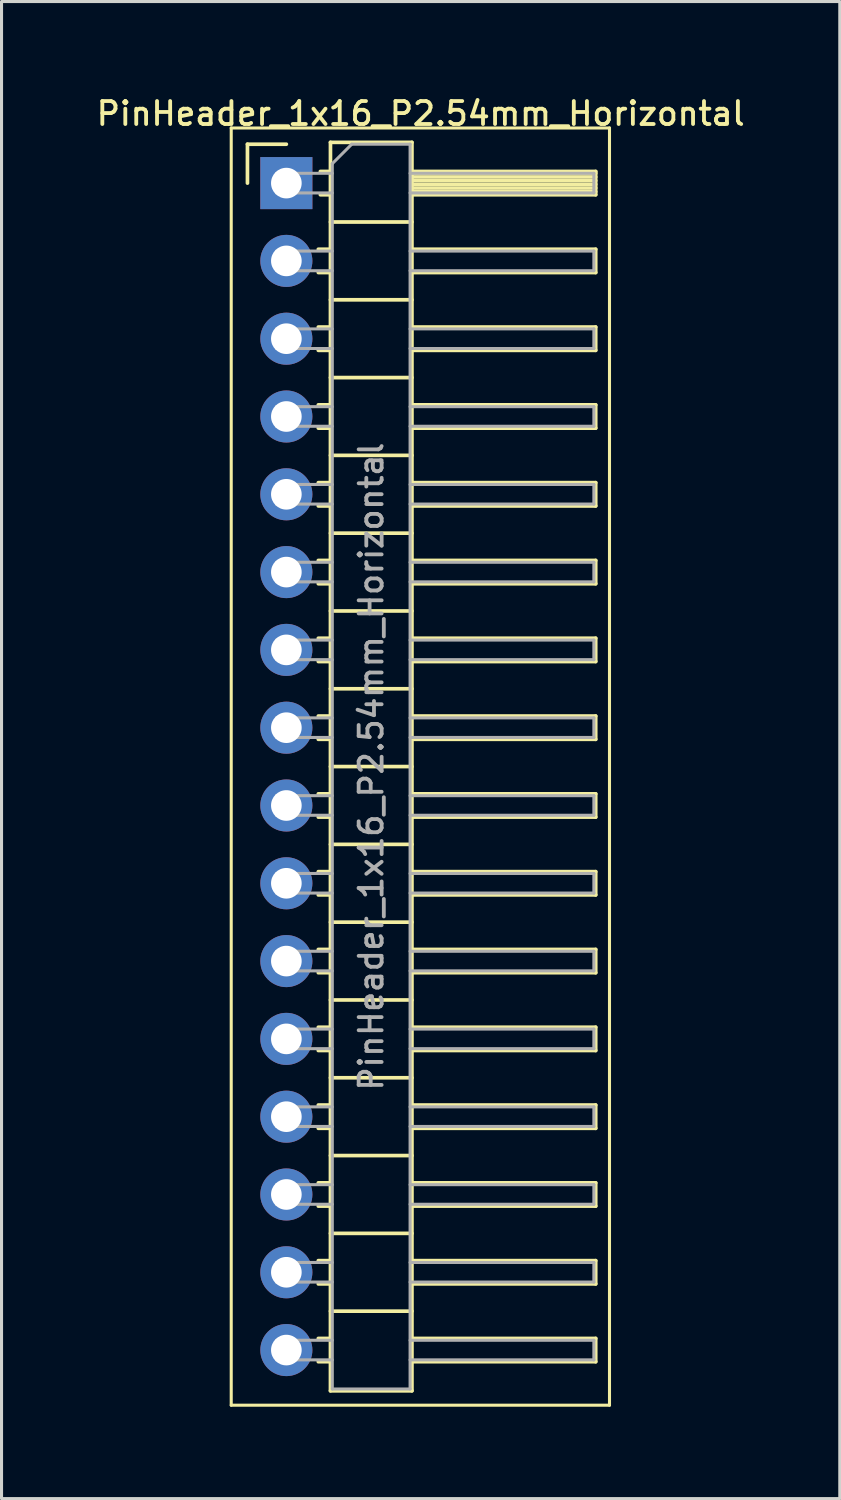
<source format=kicad_pcb>
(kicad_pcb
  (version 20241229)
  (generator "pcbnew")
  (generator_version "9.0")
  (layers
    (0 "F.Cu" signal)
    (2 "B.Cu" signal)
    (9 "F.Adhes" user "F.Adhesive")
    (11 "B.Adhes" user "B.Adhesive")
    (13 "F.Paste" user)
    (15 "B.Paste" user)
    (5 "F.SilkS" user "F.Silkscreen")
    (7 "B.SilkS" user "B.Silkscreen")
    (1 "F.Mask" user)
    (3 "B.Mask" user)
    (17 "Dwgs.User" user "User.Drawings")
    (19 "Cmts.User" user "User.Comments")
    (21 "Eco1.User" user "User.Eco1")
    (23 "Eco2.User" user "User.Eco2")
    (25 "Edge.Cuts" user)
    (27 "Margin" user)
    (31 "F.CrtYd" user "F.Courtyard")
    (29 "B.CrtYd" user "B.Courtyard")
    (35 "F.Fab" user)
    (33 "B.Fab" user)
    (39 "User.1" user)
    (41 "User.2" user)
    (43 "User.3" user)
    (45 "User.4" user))
  (footprint "PinHeader_1x16_P2.54mm_Horizontal"
    (layer "F.Cu")
    (at 6.299 2.928)
    (property "Reference" "PinHeader_1x16_P2.54mm_Horizontal" (at 4.385 -2.27 0) (layer "F.SilkS") (effects (font (size 0.75 0.75) (thickness 0.125))))
    (attr through_hole)
    (fp_line (start -1.8 -1.8) (end -1.8 39.9) (stroke (width 0.1) (type solid)) (layer "F.SilkS"))
    (fp_line (start -1.8 39.9) (end 10.55 39.9) (stroke (width 0.1) (type solid)) (layer "F.SilkS"))
    (fp_line (start -1.27 -1.27) (end 0 -1.27) (stroke (width 0.12) (type solid)) (layer "F.SilkS"))
    (fp_line (start -1.27 0) (end -1.27 -1.27) (stroke (width 0.12) (type solid)) (layer "F.SilkS"))
    (fp_line (start 1.043 2.16) (end 1.44 2.16) (stroke (width 0.12) (type solid)) (layer "F.SilkS"))
    (fp_line (start 1.043 2.92) (end 1.44 2.92) (stroke (width 0.12) (type solid)) (layer "F.SilkS"))
    (fp_line (start 1.043 4.7) (end 1.44 4.7) (stroke (width 0.12) (type solid)) (layer "F.SilkS"))
    (fp_line (start 1.043 5.46) (end 1.44 5.46) (stroke (width 0.12) (type solid)) (layer "F.SilkS"))
    (fp_line (start 1.043 7.24) (end 1.44 7.24) (stroke (width 0.12) (type solid)) (layer "F.SilkS"))
    (fp_line (start 1.043 8) (end 1.44 8) (stroke (width 0.12) (type solid)) (layer "F.SilkS"))
    (fp_line (start 1.043 9.78) (end 1.44 9.78) (stroke (width 0.12) (type solid)) (layer "F.SilkS"))
    (fp_line (start 1.043 10.54) (end 1.44 10.54) (stroke (width 0.12) (type solid)) (layer "F.SilkS"))
    (fp_line (start 1.043 12.32) (end 1.44 12.32) (stroke (width 0.12) (type solid)) (layer "F.SilkS"))
    (fp_line (start 1.043 13.08) (end 1.44 13.08) (stroke (width 0.12) (type solid)) (layer "F.SilkS"))
    (fp_line (start 1.043 14.86) (end 1.44 14.86) (stroke (width 0.12) (type solid)) (layer "F.SilkS"))
    (fp_line (start 1.043 15.62) (end 1.44 15.62) (stroke (width 0.12) (type solid)) (layer "F.SilkS"))
    (fp_line (start 1.043 17.4) (end 1.44 17.4) (stroke (width 0.12) (type solid)) (layer "F.SilkS"))
    (fp_line (start 1.043 18.16) (end 1.44 18.16) (stroke (width 0.12) (type solid)) (layer "F.SilkS"))
    (fp_line (start 1.043 19.94) (end 1.44 19.94) (stroke (width 0.12) (type solid)) (layer "F.SilkS"))
    (fp_line (start 1.043 20.7) (end 1.44 20.7) (stroke (width 0.12) (type solid)) (layer "F.SilkS"))
    (fp_line (start 1.043 22.48) (end 1.44 22.48) (stroke (width 0.12) (type solid)) (layer "F.SilkS"))
    (fp_line (start 1.043 23.24) (end 1.44 23.24) (stroke (width 0.12) (type solid)) (layer "F.SilkS"))
    (fp_line (start 1.043 25.02) (end 1.44 25.02) (stroke (width 0.12) (type solid)) (layer "F.SilkS"))
    (fp_line (start 1.043 25.78) (end 1.44 25.78) (stroke (width 0.12) (type solid)) (layer "F.SilkS"))
    (fp_line (start 1.043 27.56) (end 1.44 27.56) (stroke (width 0.12) (type solid)) (layer "F.SilkS"))
    (fp_line (start 1.043 28.32) (end 1.44 28.32) (stroke (width 0.12) (type solid)) (layer "F.SilkS"))
    (fp_line (start 1.043 30.1) (end 1.44 30.1) (stroke (width 0.12) (type solid)) (layer "F.SilkS"))
    (fp_line (start 1.043 30.86) (end 1.44 30.86) (stroke (width 0.12) (type solid)) (layer "F.SilkS"))
    (fp_line (start 1.043 32.64) (end 1.44 32.64) (stroke (width 0.12) (type solid)) (layer "F.SilkS"))
    (fp_line (start 1.043 33.4) (end 1.44 33.4) (stroke (width 0.12) (type solid)) (layer "F.SilkS"))
    (fp_line (start 1.043 35.18) (end 1.44 35.18) (stroke (width 0.12) (type solid)) (layer "F.SilkS"))
    (fp_line (start 1.043 35.94) (end 1.44 35.94) (stroke (width 0.12) (type solid)) (layer "F.SilkS"))
    (fp_line (start 1.043 37.72) (end 1.44 37.72) (stroke (width 0.12) (type solid)) (layer "F.SilkS"))
    (fp_line (start 1.043 38.48) (end 1.44 38.48) (stroke (width 0.12) (type solid)) (layer "F.SilkS"))
    (fp_line (start 1.11 -0.38) (end 1.44 -0.38) (stroke (width 0.12) (type solid)) (layer "F.SilkS"))
    (fp_line (start 1.11 0.38) (end 1.44 0.38) (stroke (width 0.12) (type solid)) (layer "F.SilkS"))
    (fp_line (start 1.44 -1.33) (end 1.44 39.43) (stroke (width 0.12) (type solid)) (layer "F.SilkS"))
    (fp_line (start 1.44 1.27) (end 4.1 1.27) (stroke (width 0.12) (type solid)) (layer "F.SilkS"))
    (fp_line (start 1.44 3.81) (end 4.1 3.81) (stroke (width 0.12) (type solid)) (layer "F.SilkS"))
    (fp_line (start 1.44 6.35) (end 4.1 6.35) (stroke (width 0.12) (type solid)) (layer "F.SilkS"))
    (fp_line (start 1.44 8.89) (end 4.1 8.89) (stroke (width 0.12) (type solid)) (layer "F.SilkS"))
    (fp_line (start 1.44 11.43) (end 4.1 11.43) (stroke (width 0.12) (type solid)) (layer "F.SilkS"))
    (fp_line (start 1.44 13.97) (end 4.1 13.97) (stroke (width 0.12) (type solid)) (layer "F.SilkS"))
    (fp_line (start 1.44 16.51) (end 4.1 16.51) (stroke (width 0.12) (type solid)) (layer "F.SilkS"))
    (fp_line (start 1.44 19.05) (end 4.1 19.05) (stroke (width 0.12) (type solid)) (layer "F.SilkS"))
    (fp_line (start 1.44 21.59) (end 4.1 21.59) (stroke (width 0.12) (type solid)) (layer "F.SilkS"))
    (fp_line (start 1.44 24.13) (end 4.1 24.13) (stroke (width 0.12) (type solid)) (layer "F.SilkS"))
    (fp_line (start 1.44 26.67) (end 4.1 26.67) (stroke (width 0.12) (type solid)) (layer "F.SilkS"))
    (fp_line (start 1.44 29.21) (end 4.1 29.21) (stroke (width 0.12) (type solid)) (layer "F.SilkS"))
    (fp_line (start 1.44 31.75) (end 4.1 31.75) (stroke (width 0.12) (type solid)) (layer "F.SilkS"))
    (fp_line (start 1.44 34.29) (end 4.1 34.29) (stroke (width 0.12) (type solid)) (layer "F.SilkS"))
    (fp_line (start 1.44 36.83) (end 4.1 36.83) (stroke (width 0.12) (type solid)) (layer "F.SilkS"))
    (fp_line (start 1.44 39.43) (end 4.1 39.43) (stroke (width 0.12) (type solid)) (layer "F.SilkS"))
    (fp_line (start 4.1 -1.33) (end 1.44 -1.33) (stroke (width 0.12) (type solid)) (layer "F.SilkS"))
    (fp_line (start 4.1 -0.38) (end 10.1 -0.38) (stroke (width 0.12) (type solid)) (layer "F.SilkS"))
    (fp_line (start 4.1 -0.32) (end 10.1 -0.32) (stroke (width 0.12) (type solid)) (layer "F.SilkS"))
    (fp_line (start 4.1 -0.2) (end 10.1 -0.2) (stroke (width 0.12) (type solid)) (layer "F.SilkS"))
    (fp_line (start 4.1 -0.08) (end 10.1 -0.08) (stroke (width 0.12) (type solid)) (layer "F.SilkS"))
    (fp_line (start 4.1 0.04) (end 10.1 0.04) (stroke (width 0.12) (type solid)) (layer "F.SilkS"))
    (fp_line (start 4.1 0.16) (end 10.1 0.16) (stroke (width 0.12) (type solid)) (layer "F.SilkS"))
    (fp_line (start 4.1 0.28) (end 10.1 0.28) (stroke (width 0.12) (type solid)) (layer "F.SilkS"))
    (fp_line (start 4.1 2.16) (end 10.1 2.16) (stroke (width 0.12) (type solid)) (layer "F.SilkS"))
    (fp_line (start 4.1 4.7) (end 10.1 4.7) (stroke (width 0.12) (type solid)) (layer "F.SilkS"))
    (fp_line (start 4.1 7.24) (end 10.1 7.24) (stroke (width 0.12) (type solid)) (layer "F.SilkS"))
    (fp_line (start 4.1 9.78) (end 10.1 9.78) (stroke (width 0.12) (type solid)) (layer "F.SilkS"))
    (fp_line (start 4.1 12.32) (end 10.1 12.32) (stroke (width 0.12) (type solid)) (layer "F.SilkS"))
    (fp_line (start 4.1 14.86) (end 10.1 14.86) (stroke (width 0.12) (type solid)) (layer "F.SilkS"))
    (fp_line (start 4.1 17.4) (end 10.1 17.4) (stroke (width 0.12) (type solid)) (layer "F.SilkS"))
    (fp_line (start 4.1 19.94) (end 10.1 19.94) (stroke (width 0.12) (type solid)) (layer "F.SilkS"))
    (fp_line (start 4.1 22.48) (end 10.1 22.48) (stroke (width 0.12) (type solid)) (layer "F.SilkS"))
    (fp_line (start 4.1 25.02) (end 10.1 25.02) (stroke (width 0.12) (type solid)) (layer "F.SilkS"))
    (fp_line (start 4.1 27.56) (end 10.1 27.56) (stroke (width 0.12) (type solid)) (layer "F.SilkS"))
    (fp_line (start 4.1 30.1) (end 10.1 30.1) (stroke (width 0.12) (type solid)) (layer "F.SilkS"))
    (fp_line (start 4.1 32.64) (end 10.1 32.64) (stroke (width 0.12) (type solid)) (layer "F.SilkS"))
    (fp_line (start 4.1 35.18) (end 10.1 35.18) (stroke (width 0.12) (type solid)) (layer "F.SilkS"))
    (fp_line (start 4.1 37.72) (end 10.1 37.72) (stroke (width 0.12) (type solid)) (layer "F.SilkS"))
    (fp_line (start 4.1 39.43) (end 4.1 -1.33) (stroke (width 0.12) (type solid)) (layer "F.SilkS"))
    (fp_line (start 10.1 -0.38) (end 10.1 0.38) (stroke (width 0.12) (type solid)) (layer "F.SilkS"))
    (fp_line (start 10.1 0.38) (end 4.1 0.38) (stroke (width 0.12) (type solid)) (layer "F.SilkS"))
    (fp_line (start 10.1 2.16) (end 10.1 2.92) (stroke (width 0.12) (type solid)) (layer "F.SilkS"))
    (fp_line (start 10.1 2.92) (end 4.1 2.92) (stroke (width 0.12) (type solid)) (layer "F.SilkS"))
    (fp_line (start 10.1 4.7) (end 10.1 5.46) (stroke (width 0.12) (type solid)) (layer "F.SilkS"))
    (fp_line (start 10.1 5.46) (end 4.1 5.46) (stroke (width 0.12) (type solid)) (layer "F.SilkS"))
    (fp_line (start 10.1 7.24) (end 10.1 8) (stroke (width 0.12) (type solid)) (layer "F.SilkS"))
    (fp_line (start 10.1 8) (end 4.1 8) (stroke (width 0.12) (type solid)) (layer "F.SilkS"))
    (fp_line (start 10.1 9.78) (end 10.1 10.54) (stroke (width 0.12) (type solid)) (layer "F.SilkS"))
    (fp_line (start 10.1 10.54) (end 4.1 10.54) (stroke (width 0.12) (type solid)) (layer "F.SilkS"))
    (fp_line (start 10.1 12.32) (end 10.1 13.08) (stroke (width 0.12) (type solid)) (layer "F.SilkS"))
    (fp_line (start 10.1 13.08) (end 4.1 13.08) (stroke (width 0.12) (type solid)) (layer "F.SilkS"))
    (fp_line (start 10.1 14.86) (end 10.1 15.62) (stroke (width 0.12) (type solid)) (layer "F.SilkS"))
    (fp_line (start 10.1 15.62) (end 4.1 15.62) (stroke (width 0.12) (type solid)) (layer "F.SilkS"))
    (fp_line (start 10.1 17.4) (end 10.1 18.16) (stroke (width 0.12) (type solid)) (layer "F.SilkS"))
    (fp_line (start 10.1 18.16) (end 4.1 18.16) (stroke (width 0.12) (type solid)) (layer "F.SilkS"))
    (fp_line (start 10.1 19.94) (end 10.1 20.7) (stroke (width 0.12) (type solid)) (layer "F.SilkS"))
    (fp_line (start 10.1 20.7) (end 4.1 20.7) (stroke (width 0.12) (type solid)) (layer "F.SilkS"))
    (fp_line (start 10.1 22.48) (end 10.1 23.24) (stroke (width 0.12) (type solid)) (layer "F.SilkS"))
    (fp_line (start 10.1 23.24) (end 4.1 23.24) (stroke (width 0.12) (type solid)) (layer "F.SilkS"))
    (fp_line (start 10.1 25.02) (end 10.1 25.78) (stroke (width 0.12) (type solid)) (layer "F.SilkS"))
    (fp_line (start 10.1 25.78) (end 4.1 25.78) (stroke (width 0.12) (type solid)) (layer "F.SilkS"))
    (fp_line (start 10.1 27.56) (end 10.1 28.32) (stroke (width 0.12) (type solid)) (layer "F.SilkS"))
    (fp_line (start 10.1 28.32) (end 4.1 28.32) (stroke (width 0.12) (type solid)) (layer "F.SilkS"))
    (fp_line (start 10.1 30.1) (end 10.1 30.86) (stroke (width 0.12) (type solid)) (layer "F.SilkS"))
    (fp_line (start 10.1 30.86) (end 4.1 30.86) (stroke (width 0.12) (type solid)) (layer "F.SilkS"))
    (fp_line (start 10.1 32.64) (end 10.1 33.4) (stroke (width 0.12) (type solid)) (layer "F.SilkS"))
    (fp_line (start 10.1 33.4) (end 4.1 33.4) (stroke (width 0.12) (type solid)) (layer "F.SilkS"))
    (fp_line (start 10.1 35.18) (end 10.1 35.94) (stroke (width 0.12) (type solid)) (layer "F.SilkS"))
    (fp_line (start 10.1 35.94) (end 4.1 35.94) (stroke (width 0.12) (type solid)) (layer "F.SilkS"))
    (fp_line (start 10.1 37.72) (end 10.1 38.48) (stroke (width 0.12) (type solid)) (layer "F.SilkS"))
    (fp_line (start 10.1 38.48) (end 4.1 38.48) (stroke (width 0.12) (type solid)) (layer "F.SilkS"))
    (fp_line (start 10.55 -1.8) (end -1.8 -1.8) (stroke (width 0.1) (type solid)) (layer "F.SilkS"))
    (fp_line (start 10.55 39.9) (end 10.55 -1.8) (stroke (width 0.1) (type solid)) (layer "F.SilkS"))
    (fp_line (start -0.32 -0.32) (end -0.32 0.32) (stroke (width 0.1) (type solid)) (layer "F.Fab"))
    (fp_line (start -0.32 -0.32) (end 1.5 -0.32) (stroke (width 0.1) (type solid)) (layer "F.Fab"))
    (fp_line (start -0.32 0.32) (end 1.5 0.32) (stroke (width 0.1) (type solid)) (layer "F.Fab"))
    (fp_line (start -0.32 2.22) (end -0.32 2.86) (stroke (width 0.1) (type solid)) (layer "F.Fab"))
    (fp_line (start -0.32 2.22) (end 1.5 2.22) (stroke (width 0.1) (type solid)) (layer "F.Fab"))
    (fp_line (start -0.32 2.86) (end 1.5 2.86) (stroke (width 0.1) (type solid)) (layer "F.Fab"))
    (fp_line (start -0.32 4.76) (end -0.32 5.4) (stroke (width 0.1) (type solid)) (layer "F.Fab"))
    (fp_line (start -0.32 4.76) (end 1.5 4.76) (stroke (width 0.1) (type solid)) (layer "F.Fab"))
    (fp_line (start -0.32 5.4) (end 1.5 5.4) (stroke (width 0.1) (type solid)) (layer "F.Fab"))
    (fp_line (start -0.32 7.3) (end -0.32 7.94) (stroke (width 0.1) (type solid)) (layer "F.Fab"))
    (fp_line (start -0.32 7.3) (end 1.5 7.3) (stroke (width 0.1) (type solid)) (layer "F.Fab"))
    (fp_line (start -0.32 7.94) (end 1.5 7.94) (stroke (width 0.1) (type solid)) (layer "F.Fab"))
    (fp_line (start -0.32 9.84) (end -0.32 10.48) (stroke (width 0.1) (type solid)) (layer "F.Fab"))
    (fp_line (start -0.32 9.84) (end 1.5 9.84) (stroke (width 0.1) (type solid)) (layer "F.Fab"))
    (fp_line (start -0.32 10.48) (end 1.5 10.48) (stroke (width 0.1) (type solid)) (layer "F.Fab"))
    (fp_line (start -0.32 12.38) (end -0.32 13.02) (stroke (width 0.1) (type solid)) (layer "F.Fab"))
    (fp_line (start -0.32 12.38) (end 1.5 12.38) (stroke (width 0.1) (type solid)) (layer "F.Fab"))
    (fp_line (start -0.32 13.02) (end 1.5 13.02) (stroke (width 0.1) (type solid)) (layer "F.Fab"))
    (fp_line (start -0.32 14.92) (end -0.32 15.56) (stroke (width 0.1) (type solid)) (layer "F.Fab"))
    (fp_line (start -0.32 14.92) (end 1.5 14.92) (stroke (width 0.1) (type solid)) (layer "F.Fab"))
    (fp_line (start -0.32 15.56) (end 1.5 15.56) (stroke (width 0.1) (type solid)) (layer "F.Fab"))
    (fp_line (start -0.32 17.46) (end -0.32 18.1) (stroke (width 0.1) (type solid)) (layer "F.Fab"))
    (fp_line (start -0.32 17.46) (end 1.5 17.46) (stroke (width 0.1) (type solid)) (layer "F.Fab"))
    (fp_line (start -0.32 18.1) (end 1.5 18.1) (stroke (width 0.1) (type solid)) (layer "F.Fab"))
    (fp_line (start -0.32 20) (end -0.32 20.64) (stroke (width 0.1) (type solid)) (layer "F.Fab"))
    (fp_line (start -0.32 20) (end 1.5 20) (stroke (width 0.1) (type solid)) (layer "F.Fab"))
    (fp_line (start -0.32 20.64) (end 1.5 20.64) (stroke (width 0.1) (type solid)) (layer "F.Fab"))
    (fp_line (start -0.32 22.54) (end -0.32 23.18) (stroke (width 0.1) (type solid)) (layer "F.Fab"))
    (fp_line (start -0.32 22.54) (end 1.5 22.54) (stroke (width 0.1) (type solid)) (layer "F.Fab"))
    (fp_line (start -0.32 23.18) (end 1.5 23.18) (stroke (width 0.1) (type solid)) (layer "F.Fab"))
    (fp_line (start -0.32 25.08) (end -0.32 25.72) (stroke (width 0.1) (type solid)) (layer "F.Fab"))
    (fp_line (start -0.32 25.08) (end 1.5 25.08) (stroke (width 0.1) (type solid)) (layer "F.Fab"))
    (fp_line (start -0.32 25.72) (end 1.5 25.72) (stroke (width 0.1) (type solid)) (layer "F.Fab"))
    (fp_line (start -0.32 27.62) (end -0.32 28.26) (stroke (width 0.1) (type solid)) (layer "F.Fab"))
    (fp_line (start -0.32 27.62) (end 1.5 27.62) (stroke (width 0.1) (type solid)) (layer "F.Fab"))
    (fp_line (start -0.32 28.26) (end 1.5 28.26) (stroke (width 0.1) (type solid)) (layer "F.Fab"))
    (fp_line (start -0.32 30.16) (end -0.32 30.8) (stroke (width 0.1) (type solid)) (layer "F.Fab"))
    (fp_line (start -0.32 30.16) (end 1.5 30.16) (stroke (width 0.1) (type solid)) (layer "F.Fab"))
    (fp_line (start -0.32 30.8) (end 1.5 30.8) (stroke (width 0.1) (type solid)) (layer "F.Fab"))
    (fp_line (start -0.32 32.7) (end -0.32 33.34) (stroke (width 0.1) (type solid)) (layer "F.Fab"))
    (fp_line (start -0.32 32.7) (end 1.5 32.7) (stroke (width 0.1) (type solid)) (layer "F.Fab"))
    (fp_line (start -0.32 33.34) (end 1.5 33.34) (stroke (width 0.1) (type solid)) (layer "F.Fab"))
    (fp_line (start -0.32 35.24) (end -0.32 35.88) (stroke (width 0.1) (type solid)) (layer "F.Fab"))
    (fp_line (start -0.32 35.24) (end 1.5 35.24) (stroke (width 0.1) (type solid)) (layer "F.Fab"))
    (fp_line (start -0.32 35.88) (end 1.5 35.88) (stroke (width 0.1) (type solid)) (layer "F.Fab"))
    (fp_line (start -0.32 37.78) (end -0.32 38.42) (stroke (width 0.1) (type solid)) (layer "F.Fab"))
    (fp_line (start -0.32 37.78) (end 1.5 37.78) (stroke (width 0.1) (type solid)) (layer "F.Fab"))
    (fp_line (start -0.32 38.42) (end 1.5 38.42) (stroke (width 0.1) (type solid)) (layer "F.Fab"))
    (fp_line (start 1.5 -0.635) (end 2.135 -1.27) (stroke (width 0.1) (type solid)) (layer "F.Fab"))
    (fp_line (start 1.5 39.37) (end 1.5 -0.635) (stroke (width 0.1) (type solid)) (layer "F.Fab"))
    (fp_line (start 2.135 -1.27) (end 4.04 -1.27) (stroke (width 0.1) (type solid)) (layer "F.Fab"))
    (fp_line (start 4.04 -1.27) (end 4.04 39.37) (stroke (width 0.1) (type solid)) (layer "F.Fab"))
    (fp_line (start 4.04 -0.32) (end 10.04 -0.32) (stroke (width 0.1) (type solid)) (layer "F.Fab"))
    (fp_line (start 4.04 0.32) (end 10.04 0.32) (stroke (width 0.1) (type solid)) (layer "F.Fab"))
    (fp_line (start 4.04 2.22) (end 10.04 2.22) (stroke (width 0.1) (type solid)) (layer "F.Fab"))
    (fp_line (start 4.04 2.86) (end 10.04 2.86) (stroke (width 0.1) (type solid)) (layer "F.Fab"))
    (fp_line (start 4.04 4.76) (end 10.04 4.76) (stroke (width 0.1) (type solid)) (layer "F.Fab"))
    (fp_line (start 4.04 5.4) (end 10.04 5.4) (stroke (width 0.1) (type solid)) (layer "F.Fab"))
    (fp_line (start 4.04 7.3) (end 10.04 7.3) (stroke (width 0.1) (type solid)) (layer "F.Fab"))
    (fp_line (start 4.04 7.94) (end 10.04 7.94) (stroke (width 0.1) (type solid)) (layer "F.Fab"))
    (fp_line (start 4.04 9.84) (end 10.04 9.84) (stroke (width 0.1) (type solid)) (layer "F.Fab"))
    (fp_line (start 4.04 10.48) (end 10.04 10.48) (stroke (width 0.1) (type solid)) (layer "F.Fab"))
    (fp_line (start 4.04 12.38) (end 10.04 12.38) (stroke (width 0.1) (type solid)) (layer "F.Fab"))
    (fp_line (start 4.04 13.02) (end 10.04 13.02) (stroke (width 0.1) (type solid)) (layer "F.Fab"))
    (fp_line (start 4.04 14.92) (end 10.04 14.92) (stroke (width 0.1) (type solid)) (layer "F.Fab"))
    (fp_line (start 4.04 15.56) (end 10.04 15.56) (stroke (width 0.1) (type solid)) (layer "F.Fab"))
    (fp_line (start 4.04 17.46) (end 10.04 17.46) (stroke (width 0.1) (type solid)) (layer "F.Fab"))
    (fp_line (start 4.04 18.1) (end 10.04 18.1) (stroke (width 0.1) (type solid)) (layer "F.Fab"))
    (fp_line (start 4.04 20) (end 10.04 20) (stroke (width 0.1) (type solid)) (layer "F.Fab"))
    (fp_line (start 4.04 20.64) (end 10.04 20.64) (stroke (width 0.1) (type solid)) (layer "F.Fab"))
    (fp_line (start 4.04 22.54) (end 10.04 22.54) (stroke (width 0.1) (type solid)) (layer "F.Fab"))
    (fp_line (start 4.04 23.18) (end 10.04 23.18) (stroke (width 0.1) (type solid)) (layer "F.Fab"))
    (fp_line (start 4.04 25.08) (end 10.04 25.08) (stroke (width 0.1) (type solid)) (layer "F.Fab"))
    (fp_line (start 4.04 25.72) (end 10.04 25.72) (stroke (width 0.1) (type solid)) (layer "F.Fab"))
    (fp_line (start 4.04 27.62) (end 10.04 27.62) (stroke (width 0.1) (type solid)) (layer "F.Fab"))
    (fp_line (start 4.04 28.26) (end 10.04 28.26) (stroke (width 0.1) (type solid)) (layer "F.Fab"))
    (fp_line (start 4.04 30.16) (end 10.04 30.16) (stroke (width 0.1) (type solid)) (layer "F.Fab"))
    (fp_line (start 4.04 30.8) (end 10.04 30.8) (stroke (width 0.1) (type solid)) (layer "F.Fab"))
    (fp_line (start 4.04 32.7) (end 10.04 32.7) (stroke (width 0.1) (type solid)) (layer "F.Fab"))
    (fp_line (start 4.04 33.34) (end 10.04 33.34) (stroke (width 0.1) (type solid)) (layer "F.Fab"))
    (fp_line (start 4.04 35.24) (end 10.04 35.24) (stroke (width 0.1) (type solid)) (layer "F.Fab"))
    (fp_line (start 4.04 35.88) (end 10.04 35.88) (stroke (width 0.1) (type solid)) (layer "F.Fab"))
    (fp_line (start 4.04 37.78) (end 10.04 37.78) (stroke (width 0.1) (type solid)) (layer "F.Fab"))
    (fp_line (start 4.04 38.42) (end 10.04 38.42) (stroke (width 0.1) (type solid)) (layer "F.Fab"))
    (fp_line (start 4.04 39.37) (end 1.5 39.37) (stroke (width 0.1) (type solid)) (layer "F.Fab"))
    (fp_line (start 10.04 -0.32) (end 10.04 0.32) (stroke (width 0.1) (type solid)) (layer "F.Fab"))
    (fp_line (start 10.04 2.22) (end 10.04 2.86) (stroke (width 0.1) (type solid)) (layer "F.Fab"))
    (fp_line (start 10.04 4.76) (end 10.04 5.4) (stroke (width 0.1) (type solid)) (layer "F.Fab"))
    (fp_line (start 10.04 7.3) (end 10.04 7.94) (stroke (width 0.1) (type solid)) (layer "F.Fab"))
    (fp_line (start 10.04 9.84) (end 10.04 10.48) (stroke (width 0.1) (type solid)) (layer "F.Fab"))
    (fp_line (start 10.04 12.38) (end 10.04 13.02) (stroke (width 0.1) (type solid)) (layer "F.Fab"))
    (fp_line (start 10.04 14.92) (end 10.04 15.56) (stroke (width 0.1) (type solid)) (layer "F.Fab"))
    (fp_line (start 10.04 17.46) (end 10.04 18.1) (stroke (width 0.1) (type solid)) (layer "F.Fab"))
    (fp_line (start 10.04 20) (end 10.04 20.64) (stroke (width 0.1) (type solid)) (layer "F.Fab"))
    (fp_line (start 10.04 22.54) (end 10.04 23.18) (stroke (width 0.1) (type solid)) (layer "F.Fab"))
    (fp_line (start 10.04 25.08) (end 10.04 25.72) (stroke (width 0.1) (type solid)) (layer "F.Fab"))
    (fp_line (start 10.04 27.62) (end 10.04 28.26) (stroke (width 0.1) (type solid)) (layer "F.Fab"))
    (fp_line (start 10.04 30.16) (end 10.04 30.8) (stroke (width 0.1) (type solid)) (layer "F.Fab"))
    (fp_line (start 10.04 32.7) (end 10.04 33.34) (stroke (width 0.1) (type solid)) (layer "F.Fab"))
    (fp_line (start 10.04 35.24) (end 10.04 35.88) (stroke (width 0.1) (type solid)) (layer "F.Fab"))
    (fp_line (start 10.04 37.78) (end 10.04 38.42) (stroke (width 0.1) (type solid)) (layer "F.Fab"))
    (fp_text user "${REFERENCE}" (at 2.77 19.05 90) (layer "F.Fab") (effects (font (size 0.75 0.75) (thickness 0.125))))
    (pad "1" thru_hole rect (at 0 0) (size 1.7 1.7) (drill 1) (layers "*.Cu" "*.Mask"))
    (pad "2" thru_hole oval (at 0 2.54) (size 1.7 1.7) (drill 1) (layers "*.Cu" "*.Mask"))
    (pad "3" thru_hole oval (at 0 5.08) (size 1.7 1.7) (drill 1) (layers "*.Cu" "*.Mask"))
    (pad "4" thru_hole oval (at 0 7.62) (size 1.7 1.7) (drill 1) (layers "*.Cu" "*.Mask"))
    (pad "5" thru_hole oval (at 0 10.16) (size 1.7 1.7) (drill 1) (layers "*.Cu" "*.Mask"))
    (pad "6" thru_hole oval (at 0 12.7) (size 1.7 1.7) (drill 1) (layers "*.Cu" "*.Mask"))
    (pad "7" thru_hole oval (at 0 15.24) (size 1.7 1.7) (drill 1) (layers "*.Cu" "*.Mask"))
    (pad "8" thru_hole oval (at 0 17.78) (size 1.7 1.7) (drill 1) (layers "*.Cu" "*.Mask"))
    (pad "9" thru_hole oval (at 0 20.32) (size 1.7 1.7) (drill 1) (layers "*.Cu" "*.Mask"))
    (pad "10" thru_hole oval (at 0 22.86) (size 1.7 1.7) (drill 1) (layers "*.Cu" "*.Mask"))
    (pad "11" thru_hole oval (at 0 25.4) (size 1.7 1.7) (drill 1) (layers "*.Cu" "*.Mask"))
    (pad "12" thru_hole oval (at 0 27.94) (size 1.7 1.7) (drill 1) (layers "*.Cu" "*.Mask"))
    (pad "13" thru_hole oval (at 0 30.48) (size 1.7 1.7) (drill 1) (layers "*.Cu" "*.Mask"))
    (pad "14" thru_hole oval (at 0 33.02) (size 1.7 1.7) (drill 1) (layers "*.Cu" "*.Mask"))
    (pad "15" thru_hole oval (at 0 35.56) (size 1.7 1.7) (drill 1) (layers "*.Cu" "*.Mask"))
    (pad "16" thru_hole oval (at 0 38.1) (size 1.7 1.7) (drill 1) (layers "*.Cu" "*.Mask")))
  (gr_rect
    (start -3 -3)
    (end 24.368 45.878)
    (stroke (width 0.1) (type default))
    (fill no)
    (layer "Edge.Cuts")))
</source>
